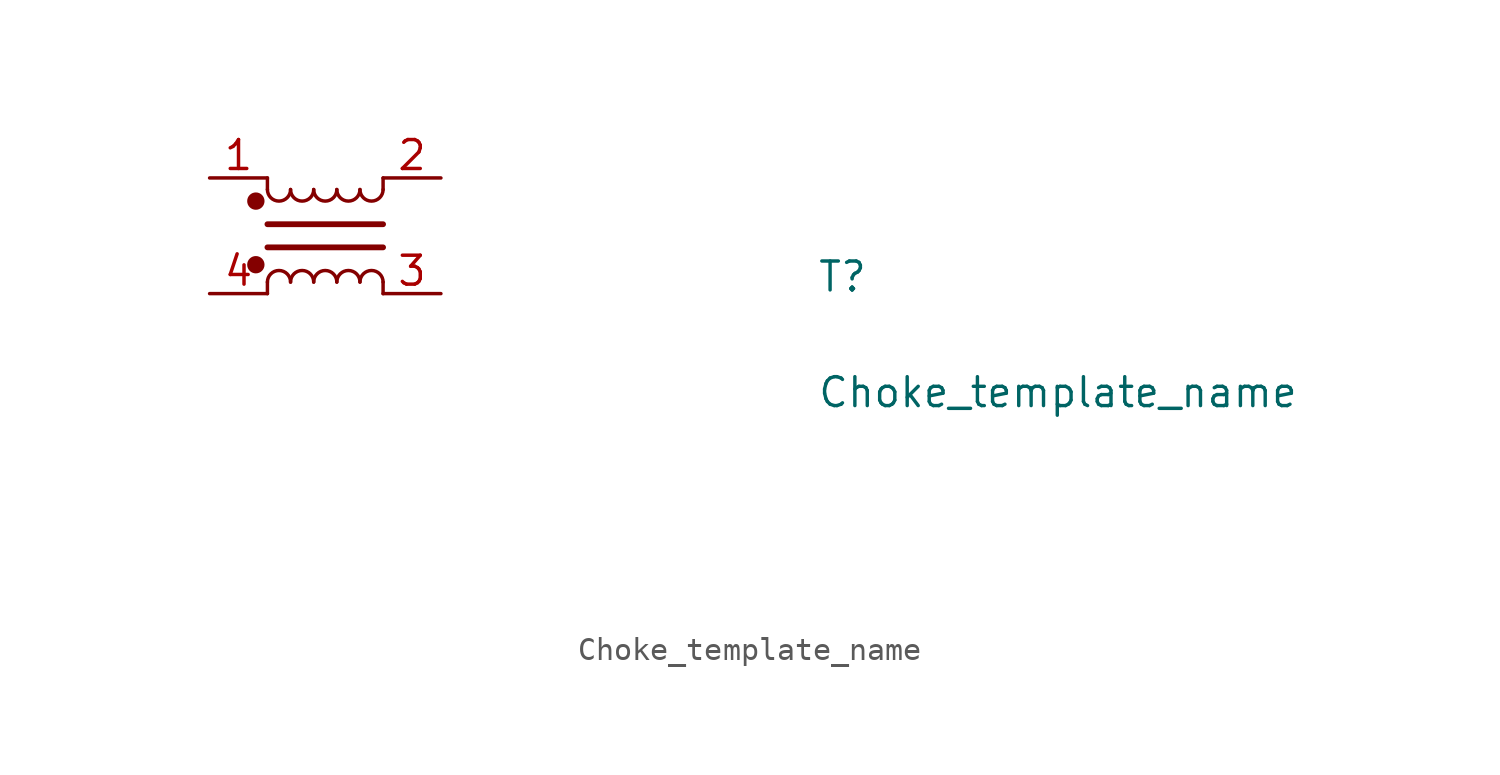
<source format=kicad_sym>
(kicad_symbol_lib
  (version 20220914)
  (generator kicad_symbol_editor)
  (symbol "Choke_template_name"
    (pin_names hide)
    (property "Reference" "T"
      (at 26.67 -5.08 0)
      (effects (font (size 1.27 1.27) (thickness 0.15)) (justify left bottom)))
    (property "Value" "Choke_template_name"
      (at 26.67 -10.16 0)
      (effects (font (size 1.27 1.27) (thickness 0.15)) (justify left bottom)))
    (property "MPN" ""
      (at 26.67 -17.78 0)
      (effects (font (size 1.27 1.27) (thickness 0.15)) (justify left bottom)))
    (symbol "Choke_template_name_1_1"
      (polyline (pts (xy 2.54 -4.572) (xy 2.54 -5.08)) (stroke (width 0) (type default)) (fill (type none)))
      (polyline (pts (xy 2.54 -2.032) (xy 7.62 -2.032)) (stroke (width 0.254) (type default)) (fill (type none)))
      (polyline (pts (xy 2.54 -0.508) (xy 2.54 0)) (stroke (width 0) (type default)) (fill (type none)))
      (polyline (pts (xy 7.62 -4.572) (xy 7.62 -5.08)) (stroke (width 0) (type default)) (fill (type none)))
      (polyline (pts (xy 7.62 -3.048) (xy 2.54 -3.048)) (stroke (width 0.254) (type default)) (fill (type none)))
      (polyline (pts (xy 7.62 0) (xy 7.62 -0.508)) (stroke (width 0) (type default)) (fill (type none)))
      (circle (center 2.032 -3.81) (radius 0.254) (stroke (width 0.254) (type default)) (fill (type outline)))
      (circle (center 2.032 -1.016) (radius 0.254) (stroke (width 0.254) (type default)) (fill (type outline)))
      (arc (start 2.54 -0.508) (mid 3.048 -1.0138) (end 3.556 -0.508) (stroke (width 0) (type default)) (fill (type none)))
      (arc (start 3.556 -4.572) (mid 3.048 -4.0662) (end 2.54 -4.572) (stroke (width 0) (type default)) (fill (type none)))
      (arc (start 3.556 -0.508) (mid 4.064 -1.0138) (end 4.572 -0.508) (stroke (width 0) (type default)) (fill (type none)))
      (arc (start 4.572 -4.572) (mid 4.064 -4.0662) (end 3.556 -4.572) (stroke (width 0) (type default)) (fill (type none)))
      (arc (start 4.572 -0.508) (mid 5.08 -1.0138) (end 5.588 -0.508) (stroke (width 0) (type default)) (fill (type none)))
      (arc (start 5.588 -4.572) (mid 5.08 -4.0662) (end 4.572 -4.572) (stroke (width 0) (type default)) (fill (type none)))
      (arc (start 5.588 -0.508) (mid 6.096 -1.0138) (end 6.604 -0.508) (stroke (width 0) (type default)) (fill (type none)))
      (arc (start 6.604 -4.572) (mid 6.096 -4.0662) (end 5.588 -4.572) (stroke (width 0) (type default)) (fill (type none)))
      (arc (start 6.604 -0.508) (mid 7.112 -1.0138) (end 7.62 -0.508) (stroke (width 0) (type default)) (fill (type none)))
      (arc (start 7.62 -4.572) (mid 7.112 -4.0662) (end 6.604 -4.572) (stroke (width 0) (type default)) (fill (type none)))
      (pin passive line (at 0 0 0) (length 2.54) (name "1" (effects (font (size 1.27 1.27)))) (number "1" (effects (font (size 1.27 1.27)))))
      (pin passive line (at 10.16 0 180) (length 2.54) (name "2" (effects (font (size 1.27 1.27)))) (number "2" (effects (font (size 1.27 1.27)))))
      (pin passive line (at 10.16 -5.08 180) (length 2.54) (name "3" (effects (font (size 1.27 1.27)))) (number "3" (effects (font (size 1.27 1.27)))))
      (pin passive line (at 0 -5.08 0) (length 2.54) (name "4" (effects (font (size 1.27 1.27)))) (number "4" (effects (font (size 1.27 1.27))))))))
</source>
